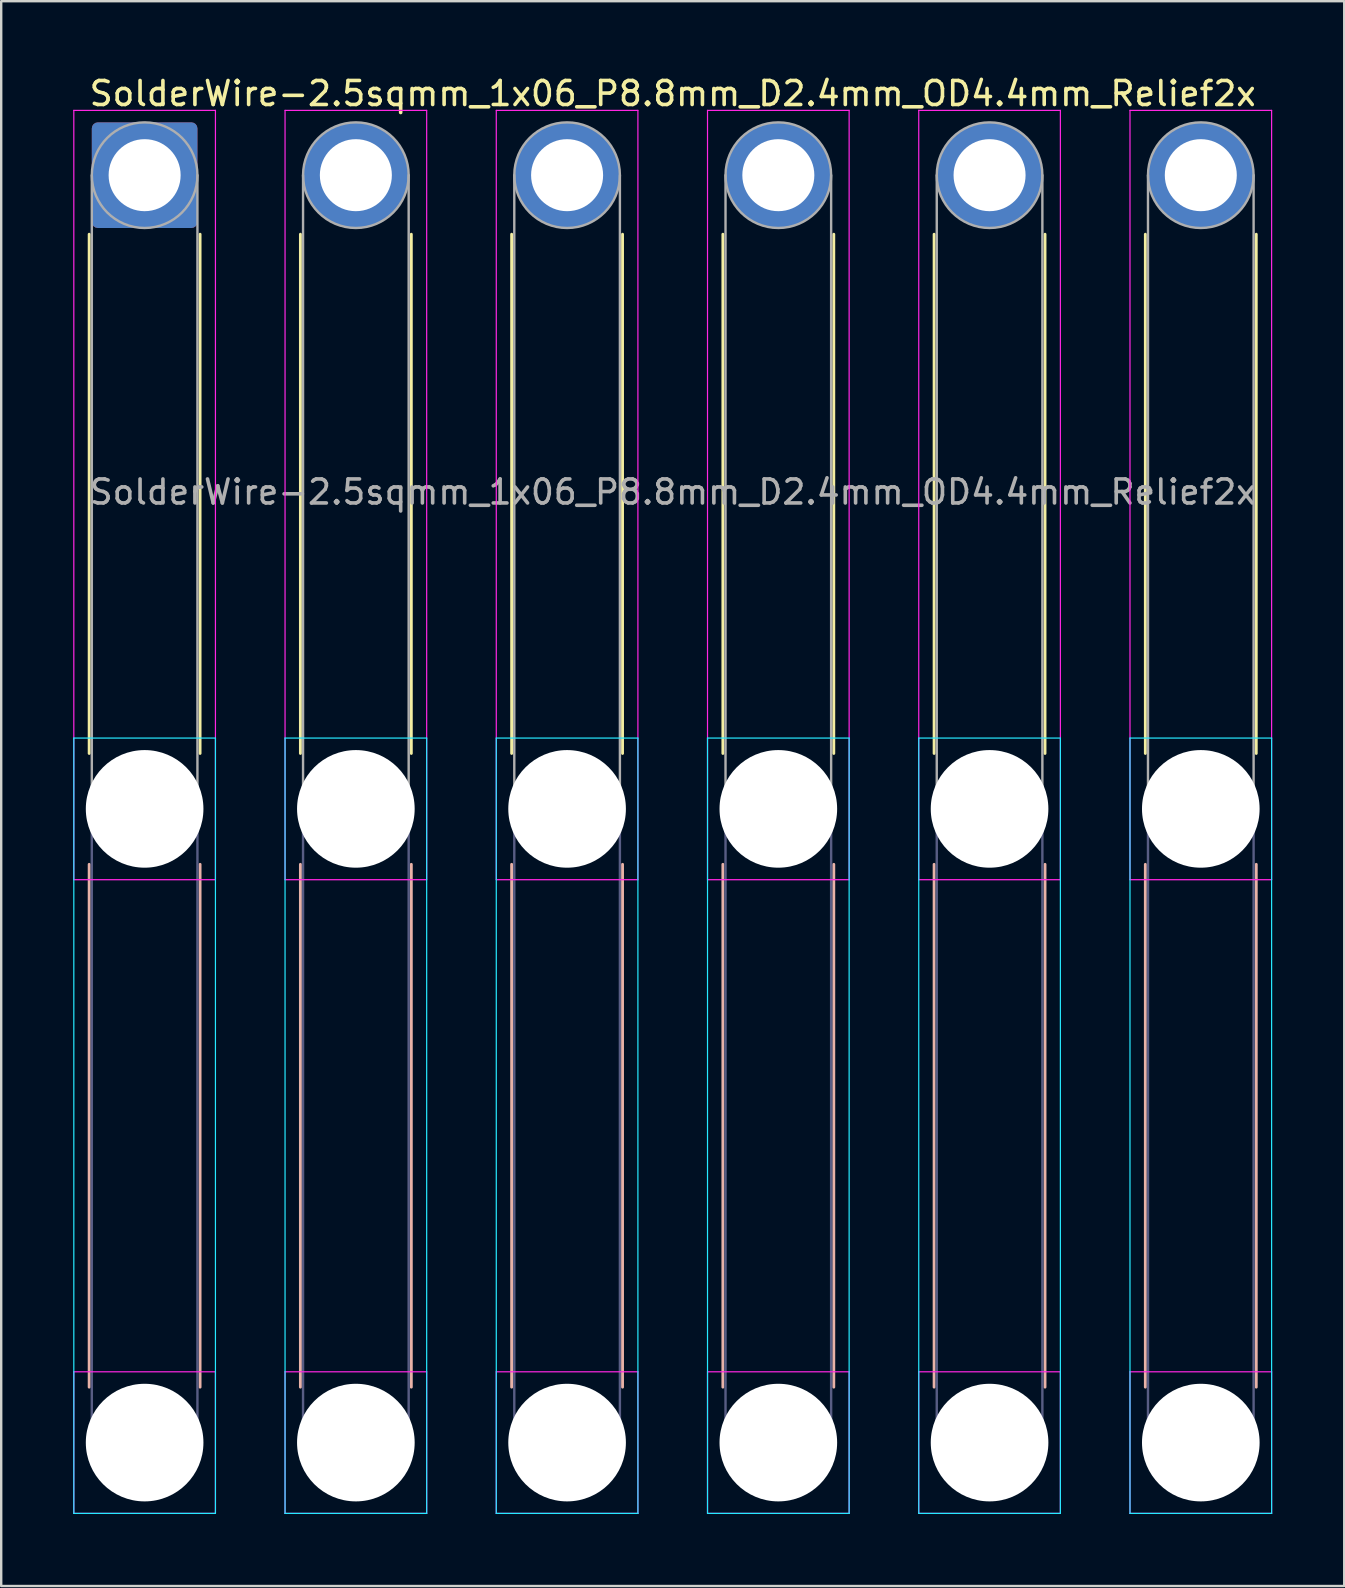
<source format=kicad_pcb>
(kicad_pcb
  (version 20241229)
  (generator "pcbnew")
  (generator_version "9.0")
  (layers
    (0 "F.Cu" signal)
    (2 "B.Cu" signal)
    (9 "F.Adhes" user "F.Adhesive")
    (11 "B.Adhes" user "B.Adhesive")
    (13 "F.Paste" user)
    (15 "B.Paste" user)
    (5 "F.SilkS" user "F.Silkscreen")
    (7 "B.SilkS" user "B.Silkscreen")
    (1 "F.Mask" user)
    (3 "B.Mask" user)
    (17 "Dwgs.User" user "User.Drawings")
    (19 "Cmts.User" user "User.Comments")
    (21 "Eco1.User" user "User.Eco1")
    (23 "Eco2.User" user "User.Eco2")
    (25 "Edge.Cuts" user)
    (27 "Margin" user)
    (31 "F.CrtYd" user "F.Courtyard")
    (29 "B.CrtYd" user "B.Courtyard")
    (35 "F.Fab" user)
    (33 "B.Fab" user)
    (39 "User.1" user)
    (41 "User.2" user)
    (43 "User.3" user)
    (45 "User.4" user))
  (footprint "SolderWire-2.5sqmm_1x06_P8.8mm_D2.4mm_OD4.4mm_Relief2x"
    (layer "F.Cu")
    (at 2.975 4.248)
    (property "Reference" "SolderWire-2.5sqmm_1x06_P8.8mm_D2.4mm_OD4.4mm_Relief2x" (at 22 -3.4 0) (layer "F.SilkS") (effects (font (size 1 1) (thickness 0.15))))
    (attr exclude_from_pos_files exclude_from_bom)
    (fp_line (start -2.31 2.46) (end -2.31 24.09) (stroke (width 0.12) (type solid)) (layer "F.SilkS"))
    (fp_line (start 2.31 2.46) (end 2.31 24.09) (stroke (width 0.12) (type solid)) (layer "F.SilkS"))
    (fp_line (start 6.49 2.46) (end 6.49 24.09) (stroke (width 0.12) (type solid)) (layer "F.SilkS"))
    (fp_line (start 11.11 2.46) (end 11.11 24.09) (stroke (width 0.12) (type solid)) (layer "F.SilkS"))
    (fp_line (start 15.29 2.46) (end 15.29 24.09) (stroke (width 0.12) (type solid)) (layer "F.SilkS"))
    (fp_line (start 19.91 2.46) (end 19.91 24.09) (stroke (width 0.12) (type solid)) (layer "F.SilkS"))
    (fp_line (start 24.09 2.46) (end 24.09 24.09) (stroke (width 0.12) (type solid)) (layer "F.SilkS"))
    (fp_line (start 28.71 2.46) (end 28.71 24.09) (stroke (width 0.12) (type solid)) (layer "F.SilkS"))
    (fp_line (start 32.89 2.46) (end 32.89 24.09) (stroke (width 0.12) (type solid)) (layer "F.SilkS"))
    (fp_line (start 37.51 2.46) (end 37.51 24.09) (stroke (width 0.12) (type solid)) (layer "F.SilkS"))
    (fp_line (start 41.69 2.46) (end 41.69 24.09) (stroke (width 0.12) (type solid)) (layer "F.SilkS"))
    (fp_line (start 46.31 2.46) (end 46.31 24.09) (stroke (width 0.12) (type solid)) (layer "F.SilkS"))
    (fp_line (start -2.31 28.71) (end -2.31 50.49) (stroke (width 0.12) (type solid)) (layer "B.SilkS"))
    (fp_line (start 2.31 28.71) (end 2.31 50.49) (stroke (width 0.12) (type solid)) (layer "B.SilkS"))
    (fp_line (start 6.49 28.71) (end 6.49 50.49) (stroke (width 0.12) (type solid)) (layer "B.SilkS"))
    (fp_line (start 11.11 28.71) (end 11.11 50.49) (stroke (width 0.12) (type solid)) (layer "B.SilkS"))
    (fp_line (start 15.29 28.71) (end 15.29 50.49) (stroke (width 0.12) (type solid)) (layer "B.SilkS"))
    (fp_line (start 19.91 28.71) (end 19.91 50.49) (stroke (width 0.12) (type solid)) (layer "B.SilkS"))
    (fp_line (start 24.09 28.71) (end 24.09 50.49) (stroke (width 0.12) (type solid)) (layer "B.SilkS"))
    (fp_line (start 28.71 28.71) (end 28.71 50.49) (stroke (width 0.12) (type solid)) (layer "B.SilkS"))
    (fp_line (start 32.89 28.71) (end 32.89 50.49) (stroke (width 0.12) (type solid)) (layer "B.SilkS"))
    (fp_line (start 37.51 28.71) (end 37.51 50.49) (stroke (width 0.12) (type solid)) (layer "B.SilkS"))
    (fp_line (start 41.69 28.71) (end 41.69 50.49) (stroke (width 0.12) (type solid)) (layer "B.SilkS"))
    (fp_line (start 46.31 28.71) (end 46.31 50.49) (stroke (width 0.12) (type solid)) (layer "B.SilkS"))
    (fp_line (start -2.95 23.45) (end -2.95 55.75) (stroke (width 0.05) (type solid)) (layer "B.CrtYd"))
    (fp_line (start -2.95 55.75) (end 2.95 55.75) (stroke (width 0.05) (type solid)) (layer "B.CrtYd"))
    (fp_line (start 2.95 23.45) (end -2.95 23.45) (stroke (width 0.05) (type solid)) (layer "B.CrtYd"))
    (fp_line (start 2.95 55.75) (end 2.95 23.45) (stroke (width 0.05) (type solid)) (layer "B.CrtYd"))
    (fp_line (start 5.85 23.45) (end 5.85 55.75) (stroke (width 0.05) (type solid)) (layer "B.CrtYd"))
    (fp_line (start 5.85 55.75) (end 11.75 55.75) (stroke (width 0.05) (type solid)) (layer "B.CrtYd"))
    (fp_line (start 11.75 23.45) (end 5.85 23.45) (stroke (width 0.05) (type solid)) (layer "B.CrtYd"))
    (fp_line (start 11.75 55.75) (end 11.75 23.45) (stroke (width 0.05) (type solid)) (layer "B.CrtYd"))
    (fp_line (start 14.65 23.45) (end 14.65 55.75) (stroke (width 0.05) (type solid)) (layer "B.CrtYd"))
    (fp_line (start 14.65 55.75) (end 20.55 55.75) (stroke (width 0.05) (type solid)) (layer "B.CrtYd"))
    (fp_line (start 20.55 23.45) (end 14.65 23.45) (stroke (width 0.05) (type solid)) (layer "B.CrtYd"))
    (fp_line (start 20.55 55.75) (end 20.55 23.45) (stroke (width 0.05) (type solid)) (layer "B.CrtYd"))
    (fp_line (start 23.45 23.45) (end 23.45 55.75) (stroke (width 0.05) (type solid)) (layer "B.CrtYd"))
    (fp_line (start 23.45 55.75) (end 29.35 55.75) (stroke (width 0.05) (type solid)) (layer "B.CrtYd"))
    (fp_line (start 29.35 23.45) (end 23.45 23.45) (stroke (width 0.05) (type solid)) (layer "B.CrtYd"))
    (fp_line (start 29.35 55.75) (end 29.35 23.45) (stroke (width 0.05) (type solid)) (layer "B.CrtYd"))
    (fp_line (start 32.25 23.45) (end 32.25 55.75) (stroke (width 0.05) (type solid)) (layer "B.CrtYd"))
    (fp_line (start 32.25 55.75) (end 38.15 55.75) (stroke (width 0.05) (type solid)) (layer "B.CrtYd"))
    (fp_line (start 38.15 23.45) (end 32.25 23.45) (stroke (width 0.05) (type solid)) (layer "B.CrtYd"))
    (fp_line (start 38.15 55.75) (end 38.15 23.45) (stroke (width 0.05) (type solid)) (layer "B.CrtYd"))
    (fp_line (start 41.05 23.45) (end 41.05 55.75) (stroke (width 0.05) (type solid)) (layer "B.CrtYd"))
    (fp_line (start 41.05 55.75) (end 46.95 55.75) (stroke (width 0.05) (type solid)) (layer "B.CrtYd"))
    (fp_line (start 46.95 23.45) (end 41.05 23.45) (stroke (width 0.05) (type solid)) (layer "B.CrtYd"))
    (fp_line (start 46.95 55.75) (end 46.95 23.45) (stroke (width 0.05) (type solid)) (layer "B.CrtYd"))
    (fp_line (start -2.95 -2.7) (end -2.95 29.35) (stroke (width 0.05) (type solid)) (layer "F.CrtYd"))
    (fp_line (start -2.95 29.35) (end 2.95 29.35) (stroke (width 0.05) (type solid)) (layer "F.CrtYd"))
    (fp_line (start -2.95 49.85) (end -2.95 55.75) (stroke (width 0.05) (type solid)) (layer "F.CrtYd"))
    (fp_line (start -2.95 55.75) (end 2.95 55.75) (stroke (width 0.05) (type solid)) (layer "F.CrtYd"))
    (fp_line (start 2.95 -2.7) (end -2.95 -2.7) (stroke (width 0.05) (type solid)) (layer "F.CrtYd"))
    (fp_line (start 2.95 29.35) (end 2.95 -2.7) (stroke (width 0.05) (type solid)) (layer "F.CrtYd"))
    (fp_line (start 2.95 49.85) (end -2.95 49.85) (stroke (width 0.05) (type solid)) (layer "F.CrtYd"))
    (fp_line (start 2.95 55.75) (end 2.95 49.85) (stroke (width 0.05) (type solid)) (layer "F.CrtYd"))
    (fp_line (start 5.85 -2.7) (end 5.85 29.35) (stroke (width 0.05) (type solid)) (layer "F.CrtYd"))
    (fp_line (start 5.85 29.35) (end 11.75 29.35) (stroke (width 0.05) (type solid)) (layer "F.CrtYd"))
    (fp_line (start 5.85 49.85) (end 5.85 55.75) (stroke (width 0.05) (type solid)) (layer "F.CrtYd"))
    (fp_line (start 5.85 55.75) (end 11.75 55.75) (stroke (width 0.05) (type solid)) (layer "F.CrtYd"))
    (fp_line (start 11.75 -2.7) (end 5.85 -2.7) (stroke (width 0.05) (type solid)) (layer "F.CrtYd"))
    (fp_line (start 11.75 29.35) (end 11.75 -2.7) (stroke (width 0.05) (type solid)) (layer "F.CrtYd"))
    (fp_line (start 11.75 49.85) (end 5.85 49.85) (stroke (width 0.05) (type solid)) (layer "F.CrtYd"))
    (fp_line (start 11.75 55.75) (end 11.75 49.85) (stroke (width 0.05) (type solid)) (layer "F.CrtYd"))
    (fp_line (start 14.65 -2.7) (end 14.65 29.35) (stroke (width 0.05) (type solid)) (layer "F.CrtYd"))
    (fp_line (start 14.65 29.35) (end 20.55 29.35) (stroke (width 0.05) (type solid)) (layer "F.CrtYd"))
    (fp_line (start 14.65 49.85) (end 14.65 55.75) (stroke (width 0.05) (type solid)) (layer "F.CrtYd"))
    (fp_line (start 14.65 55.75) (end 20.55 55.75) (stroke (width 0.05) (type solid)) (layer "F.CrtYd"))
    (fp_line (start 20.55 -2.7) (end 14.65 -2.7) (stroke (width 0.05) (type solid)) (layer "F.CrtYd"))
    (fp_line (start 20.55 29.35) (end 20.55 -2.7) (stroke (width 0.05) (type solid)) (layer "F.CrtYd"))
    (fp_line (start 20.55 49.85) (end 14.65 49.85) (stroke (width 0.05) (type solid)) (layer "F.CrtYd"))
    (fp_line (start 20.55 55.75) (end 20.55 49.85) (stroke (width 0.05) (type solid)) (layer "F.CrtYd"))
    (fp_line (start 23.45 -2.7) (end 23.45 29.35) (stroke (width 0.05) (type solid)) (layer "F.CrtYd"))
    (fp_line (start 23.45 29.35) (end 29.35 29.35) (stroke (width 0.05) (type solid)) (layer "F.CrtYd"))
    (fp_line (start 23.45 49.85) (end 23.45 55.75) (stroke (width 0.05) (type solid)) (layer "F.CrtYd"))
    (fp_line (start 23.45 55.75) (end 29.35 55.75) (stroke (width 0.05) (type solid)) (layer "F.CrtYd"))
    (fp_line (start 29.35 -2.7) (end 23.45 -2.7) (stroke (width 0.05) (type solid)) (layer "F.CrtYd"))
    (fp_line (start 29.35 29.35) (end 29.35 -2.7) (stroke (width 0.05) (type solid)) (layer "F.CrtYd"))
    (fp_line (start 29.35 49.85) (end 23.45 49.85) (stroke (width 0.05) (type solid)) (layer "F.CrtYd"))
    (fp_line (start 29.35 55.75) (end 29.35 49.85) (stroke (width 0.05) (type solid)) (layer "F.CrtYd"))
    (fp_line (start 32.25 -2.7) (end 32.25 29.35) (stroke (width 0.05) (type solid)) (layer "F.CrtYd"))
    (fp_line (start 32.25 29.35) (end 38.15 29.35) (stroke (width 0.05) (type solid)) (layer "F.CrtYd"))
    (fp_line (start 32.25 49.85) (end 32.25 55.75) (stroke (width 0.05) (type solid)) (layer "F.CrtYd"))
    (fp_line (start 32.25 55.75) (end 38.15 55.75) (stroke (width 0.05) (type solid)) (layer "F.CrtYd"))
    (fp_line (start 38.15 -2.7) (end 32.25 -2.7) (stroke (width 0.05) (type solid)) (layer "F.CrtYd"))
    (fp_line (start 38.15 29.35) (end 38.15 -2.7) (stroke (width 0.05) (type solid)) (layer "F.CrtYd"))
    (fp_line (start 38.15 49.85) (end 32.25 49.85) (stroke (width 0.05) (type solid)) (layer "F.CrtYd"))
    (fp_line (start 38.15 55.75) (end 38.15 49.85) (stroke (width 0.05) (type solid)) (layer "F.CrtYd"))
    (fp_line (start 41.05 -2.7) (end 41.05 29.35) (stroke (width 0.05) (type solid)) (layer "F.CrtYd"))
    (fp_line (start 41.05 29.35) (end 46.95 29.35) (stroke (width 0.05) (type solid)) (layer "F.CrtYd"))
    (fp_line (start 41.05 49.85) (end 41.05 55.75) (stroke (width 0.05) (type solid)) (layer "F.CrtYd"))
    (fp_line (start 41.05 55.75) (end 46.95 55.75) (stroke (width 0.05) (type solid)) (layer "F.CrtYd"))
    (fp_line (start 46.95 -2.7) (end 41.05 -2.7) (stroke (width 0.05) (type solid)) (layer "F.CrtYd"))
    (fp_line (start 46.95 29.35) (end 46.95 -2.7) (stroke (width 0.05) (type solid)) (layer "F.CrtYd"))
    (fp_line (start 46.95 49.85) (end 41.05 49.85) (stroke (width 0.05) (type solid)) (layer "F.CrtYd"))
    (fp_line (start 46.95 55.75) (end 46.95 49.85) (stroke (width 0.05) (type solid)) (layer "F.CrtYd"))
    (fp_line (start -2.2 26.4) (end -2.2 52.8) (stroke (width 0.1) (type solid)) (layer "B.Fab"))
    (fp_line (start 2.2 26.4) (end 2.2 52.8) (stroke (width 0.1) (type solid)) (layer "B.Fab"))
    (fp_line (start 6.6 26.4) (end 6.6 52.8) (stroke (width 0.1) (type solid)) (layer "B.Fab"))
    (fp_line (start 11 26.4) (end 11 52.8) (stroke (width 0.1) (type solid)) (layer "B.Fab"))
    (fp_line (start 15.4 26.4) (end 15.4 52.8) (stroke (width 0.1) (type solid)) (layer "B.Fab"))
    (fp_line (start 19.8 26.4) (end 19.8 52.8) (stroke (width 0.1) (type solid)) (layer "B.Fab"))
    (fp_line (start 24.2 26.4) (end 24.2 52.8) (stroke (width 0.1) (type solid)) (layer "B.Fab"))
    (fp_line (start 28.6 26.4) (end 28.6 52.8) (stroke (width 0.1) (type solid)) (layer "B.Fab"))
    (fp_line (start 33 26.4) (end 33 52.8) (stroke (width 0.1) (type solid)) (layer "B.Fab"))
    (fp_line (start 37.4 26.4) (end 37.4 52.8) (stroke (width 0.1) (type solid)) (layer "B.Fab"))
    (fp_line (start 41.8 26.4) (end 41.8 52.8) (stroke (width 0.1) (type solid)) (layer "B.Fab"))
    (fp_line (start 46.2 26.4) (end 46.2 52.8) (stroke (width 0.1) (type solid)) (layer "B.Fab"))
    (fp_circle (center 0 26.4) (end 2.2 26.4) (stroke (width 0.1) (type solid)) (fill no) (layer "B.Fab"))
    (fp_circle (center 0 52.8) (end 2.2 52.8) (stroke (width 0.1) (type solid)) (fill no) (layer "B.Fab"))
    (fp_circle (center 8.8 26.4) (end 11 26.4) (stroke (width 0.1) (type solid)) (fill no) (layer "B.Fab"))
    (fp_circle (center 8.8 52.8) (end 11 52.8) (stroke (width 0.1) (type solid)) (fill no) (layer "B.Fab"))
    (fp_circle (center 17.6 26.4) (end 19.8 26.4) (stroke (width 0.1) (type solid)) (fill no) (layer "B.Fab"))
    (fp_circle (center 17.6 52.8) (end 19.8 52.8) (stroke (width 0.1) (type solid)) (fill no) (layer "B.Fab"))
    (fp_circle (center 26.4 26.4) (end 28.6 26.4) (stroke (width 0.1) (type solid)) (fill no) (layer "B.Fab"))
    (fp_circle (center 26.4 52.8) (end 28.6 52.8) (stroke (width 0.1) (type solid)) (fill no) (layer "B.Fab"))
    (fp_circle (center 35.2 26.4) (end 37.4 26.4) (stroke (width 0.1) (type solid)) (fill no) (layer "B.Fab"))
    (fp_circle (center 35.2 52.8) (end 37.4 52.8) (stroke (width 0.1) (type solid)) (fill no) (layer "B.Fab"))
    (fp_circle (center 44 26.4) (end 46.2 26.4) (stroke (width 0.1) (type solid)) (fill no) (layer "B.Fab"))
    (fp_circle (center 44 52.8) (end 46.2 52.8) (stroke (width 0.1) (type solid)) (fill no) (layer "B.Fab"))
    (fp_line (start -2.2 0) (end -2.2 26.4) (stroke (width 0.1) (type solid)) (layer "F.Fab"))
    (fp_line (start 2.2 0) (end 2.2 26.4) (stroke (width 0.1) (type solid)) (layer "F.Fab"))
    (fp_line (start 6.6 0) (end 6.6 26.4) (stroke (width 0.1) (type solid)) (layer "F.Fab"))
    (fp_line (start 11 0) (end 11 26.4) (stroke (width 0.1) (type solid)) (layer "F.Fab"))
    (fp_line (start 15.4 0) (end 15.4 26.4) (stroke (width 0.1) (type solid)) (layer "F.Fab"))
    (fp_line (start 19.8 0) (end 19.8 26.4) (stroke (width 0.1) (type solid)) (layer "F.Fab"))
    (fp_line (start 24.2 0) (end 24.2 26.4) (stroke (width 0.1) (type solid)) (layer "F.Fab"))
    (fp_line (start 28.6 0) (end 28.6 26.4) (stroke (width 0.1) (type solid)) (layer "F.Fab"))
    (fp_line (start 33 0) (end 33 26.4) (stroke (width 0.1) (type solid)) (layer "F.Fab"))
    (fp_line (start 37.4 0) (end 37.4 26.4) (stroke (width 0.1) (type solid)) (layer "F.Fab"))
    (fp_line (start 41.8 0) (end 41.8 26.4) (stroke (width 0.1) (type solid)) (layer "F.Fab"))
    (fp_line (start 46.2 0) (end 46.2 26.4) (stroke (width 0.1) (type solid)) (layer "F.Fab"))
    (fp_circle (center 0 0) (end 2.2 0) (stroke (width 0.1) (type solid)) (fill no) (layer "F.Fab"))
    (fp_circle (center 0 26.4) (end 2.2 26.4) (stroke (width 0.1) (type solid)) (fill no) (layer "F.Fab"))
    (fp_circle (center 0 52.8) (end 2.2 52.8) (stroke (width 0.1) (type solid)) (fill no) (layer "F.Fab"))
    (fp_circle (center 8.8 0) (end 11 0) (stroke (width 0.1) (type solid)) (fill no) (layer "F.Fab"))
    (fp_circle (center 8.8 26.4) (end 11 26.4) (stroke (width 0.1) (type solid)) (fill no) (layer "F.Fab"))
    (fp_circle (center 8.8 52.8) (end 11 52.8) (stroke (width 0.1) (type solid)) (fill no) (layer "F.Fab"))
    (fp_circle (center 17.6 0) (end 19.8 0) (stroke (width 0.1) (type solid)) (fill no) (layer "F.Fab"))
    (fp_circle (center 17.6 26.4) (end 19.8 26.4) (stroke (width 0.1) (type solid)) (fill no) (layer "F.Fab"))
    (fp_circle (center 17.6 52.8) (end 19.8 52.8) (stroke (width 0.1) (type solid)) (fill no) (layer "F.Fab"))
    (fp_circle (center 26.4 0) (end 28.6 0) (stroke (width 0.1) (type solid)) (fill no) (layer "F.Fab"))
    (fp_circle (center 26.4 26.4) (end 28.6 26.4) (stroke (width 0.1) (type solid)) (fill no) (layer "F.Fab"))
    (fp_circle (center 26.4 52.8) (end 28.6 52.8) (stroke (width 0.1) (type solid)) (fill no) (layer "F.Fab"))
    (fp_circle (center 35.2 0) (end 37.4 0) (stroke (width 0.1) (type solid)) (fill no) (layer "F.Fab"))
    (fp_circle (center 35.2 26.4) (end 37.4 26.4) (stroke (width 0.1) (type solid)) (fill no) (layer "F.Fab"))
    (fp_circle (center 35.2 52.8) (end 37.4 52.8) (stroke (width 0.1) (type solid)) (fill no) (layer "F.Fab"))
    (fp_circle (center 44 0) (end 46.2 0) (stroke (width 0.1) (type solid)) (fill no) (layer "F.Fab"))
    (fp_circle (center 44 26.4) (end 46.2 26.4) (stroke (width 0.1) (type solid)) (fill no) (layer "F.Fab"))
    (fp_circle (center 44 52.8) (end 46.2 52.8) (stroke (width 0.1) (type solid)) (fill no) (layer "F.Fab"))
    (fp_text user "${REFERENCE}" (at 22 13.2 0) (layer "F.Fab") (effects (font (size 1 1) (thickness 0.15))))
    (pad "" np_thru_hole circle (at 0 26.4) (size 4.9 4.9) (drill 4.9) (layers "*.Cu" "*.Mask"))
    (pad "" np_thru_hole circle (at 0 52.8) (size 4.9 4.9) (drill 4.9) (layers "*.Cu" "*.Mask"))
    (pad "" np_thru_hole circle (at 8.8 26.4) (size 4.9 4.9) (drill 4.9) (layers "*.Cu" "*.Mask"))
    (pad "" np_thru_hole circle (at 8.8 52.8) (size 4.9 4.9) (drill 4.9) (layers "*.Cu" "*.Mask"))
    (pad "" np_thru_hole circle (at 17.6 26.4) (size 4.9 4.9) (drill 4.9) (layers "*.Cu" "*.Mask"))
    (pad "" np_thru_hole circle (at 17.6 52.8) (size 4.9 4.9) (drill 4.9) (layers "*.Cu" "*.Mask"))
    (pad "" np_thru_hole circle (at 26.4 26.4) (size 4.9 4.9) (drill 4.9) (layers "*.Cu" "*.Mask"))
    (pad "" np_thru_hole circle (at 26.4 52.8) (size 4.9 4.9) (drill 4.9) (layers "*.Cu" "*.Mask"))
    (pad "" np_thru_hole circle (at 35.2 26.4) (size 4.9 4.9) (drill 4.9) (layers "*.Cu" "*.Mask"))
    (pad "" np_thru_hole circle (at 35.2 52.8) (size 4.9 4.9) (drill 4.9) (layers "*.Cu" "*.Mask"))
    (pad "" np_thru_hole circle (at 44 26.4) (size 4.9 4.9) (drill 4.9) (layers "*.Cu" "*.Mask"))
    (pad "" np_thru_hole circle (at 44 52.8) (size 4.9 4.9) (drill 4.9) (layers "*.Cu" "*.Mask"))
    (pad "1" thru_hole roundrect (at 0 0) (size 4.4 4.4) (drill 3) (layers "*.Cu" "*.Mask") (roundrect_rratio 0.057))
    (pad "2" thru_hole circle (at 8.8 0) (size 4.4 4.4) (drill 3) (layers "*.Cu" "*.Mask"))
    (pad "3" thru_hole circle (at 17.6 0) (size 4.4 4.4) (drill 3) (layers "*.Cu" "*.Mask"))
    (pad "4" thru_hole circle (at 26.4 0) (size 4.4 4.4) (drill 3) (layers "*.Cu" "*.Mask"))
    (pad "5" thru_hole circle (at 35.2 0) (size 4.4 4.4) (drill 3) (layers "*.Cu" "*.Mask"))
    (pad "6" thru_hole circle (at 44 0) (size 4.4 4.4) (drill 3) (layers "*.Cu" "*.Mask")))
  (gr_rect
    (start -3 -3)
    (end 52.95 63.023)
    (stroke (width 0.1) (type default))
    (fill no)
    (layer "Edge.Cuts")))
</source>
